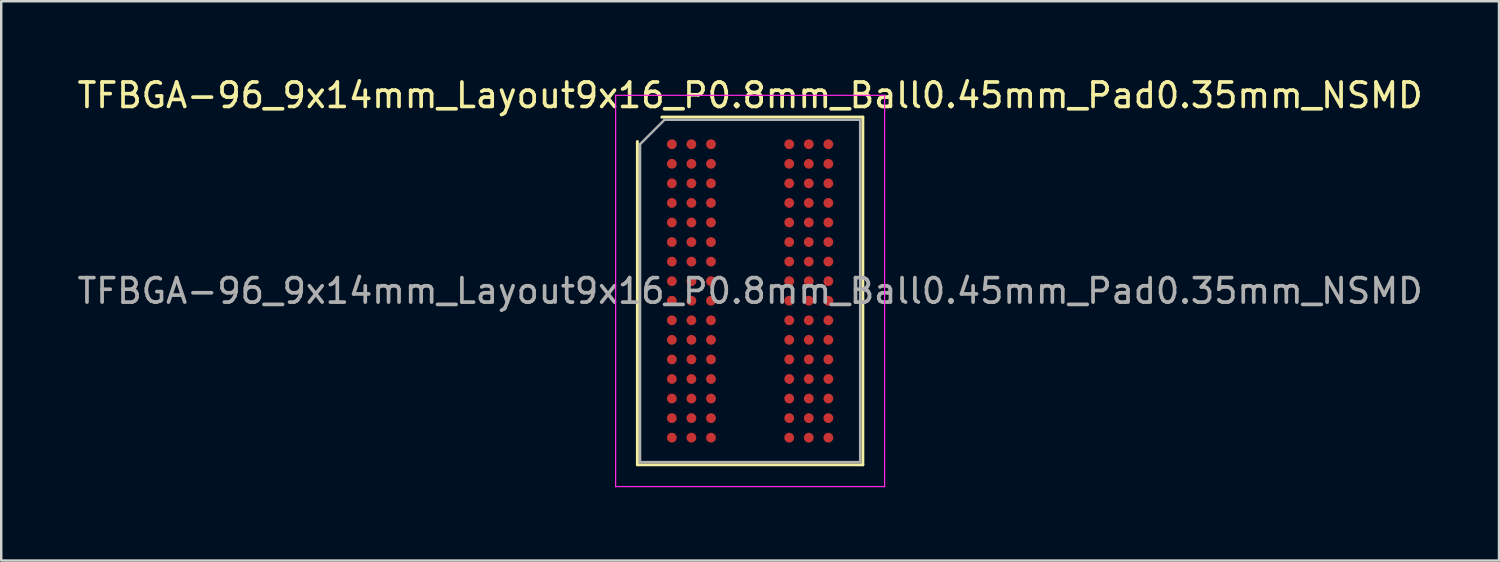
<source format=kicad_pcb>
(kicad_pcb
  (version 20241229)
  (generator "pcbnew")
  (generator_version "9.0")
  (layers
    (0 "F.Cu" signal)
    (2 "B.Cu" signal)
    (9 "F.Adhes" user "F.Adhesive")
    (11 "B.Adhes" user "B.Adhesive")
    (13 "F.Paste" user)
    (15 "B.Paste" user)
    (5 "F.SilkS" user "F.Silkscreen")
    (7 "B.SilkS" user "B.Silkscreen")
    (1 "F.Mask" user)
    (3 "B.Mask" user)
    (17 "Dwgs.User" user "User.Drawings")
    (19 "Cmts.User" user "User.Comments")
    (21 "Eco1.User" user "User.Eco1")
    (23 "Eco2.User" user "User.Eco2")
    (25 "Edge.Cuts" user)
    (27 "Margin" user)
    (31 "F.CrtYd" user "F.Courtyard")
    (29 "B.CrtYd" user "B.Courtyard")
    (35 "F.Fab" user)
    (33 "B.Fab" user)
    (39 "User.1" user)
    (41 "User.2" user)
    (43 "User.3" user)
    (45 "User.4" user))
  (footprint "TFBGA-96_9x14mm_Layout9x16_P0.8mm_Ball0.45mm_Pad0.35mm_NSMD"
    (layer "F.Cu")
    (at 27.625 8.848)
    (property "Reference" "TFBGA-96_9x14mm_Layout9x16_P0.8mm_Ball0.45mm_Pad0.35mm_NSMD" (at 0 -8 0) (layer "F.SilkS") (effects (font (size 1 1) (thickness 0.15))))
    (attr smd)
    (fp_line (start -4.61 7.11) (end -4.61 -6.11) (stroke (width 0.12) (type solid)) (layer "F.SilkS"))
    (fp_line (start -3.61 -7.11) (end 4.61 -7.11) (stroke (width 0.12) (type solid)) (layer "F.SilkS"))
    (fp_line (start 4.61 -7.11) (end 4.61 7.11) (stroke (width 0.12) (type solid)) (layer "F.SilkS"))
    (fp_line (start 4.61 7.11) (end -4.61 7.11) (stroke (width 0.12) (type solid)) (layer "F.SilkS"))
    (fp_line (start -5.5 -8) (end -5.5 8) (stroke (width 0.05) (type solid)) (layer "F.CrtYd"))
    (fp_line (start -5.5 8) (end 5.5 8) (stroke (width 0.05) (type solid)) (layer "F.CrtYd"))
    (fp_line (start 5.5 -8) (end -5.5 -8) (stroke (width 0.05) (type solid)) (layer "F.CrtYd"))
    (fp_line (start 5.5 8) (end 5.5 -8) (stroke (width 0.05) (type solid)) (layer "F.CrtYd"))
    (fp_line (start -4.5 -6) (end -3.5 -7) (stroke (width 0.1) (type solid)) (layer "F.Fab"))
    (fp_line (start -4.5 7) (end -4.5 -6) (stroke (width 0.1) (type solid)) (layer "F.Fab"))
    (fp_line (start -3.5 -7) (end 4.5 -7) (stroke (width 0.1) (type solid)) (layer "F.Fab"))
    (fp_line (start 4.5 -7) (end 4.5 7) (stroke (width 0.1) (type solid)) (layer "F.Fab"))
    (fp_line (start 4.5 7) (end -4.5 7) (stroke (width 0.1) (type solid)) (layer "F.Fab"))
    (fp_text user "${REFERENCE}" (at 0 0 0) (layer "F.Fab") (effects (font (size 1 1) (thickness 0.15))))
    (pad "A1" smd circle (at -3.2 -6) (size 0.4 0.4) (layers "F.Cu" "F.Mask" "F.Paste"))
    (pad "A2" smd circle (at -2.4 -6) (size 0.4 0.4) (layers "F.Cu" "F.Mask" "F.Paste"))
    (pad "A3" smd circle (at -1.6 -6) (size 0.4 0.4) (layers "F.Cu" "F.Mask" "F.Paste"))
    (pad "A7" smd circle (at 1.6 -6) (size 0.4 0.4) (layers "F.Cu" "F.Mask" "F.Paste"))
    (pad "A8" smd circle (at 2.4 -6) (size 0.4 0.4) (layers "F.Cu" "F.Mask" "F.Paste"))
    (pad "A9" smd circle (at 3.2 -6) (size 0.4 0.4) (layers "F.Cu" "F.Mask" "F.Paste"))
    (pad "B1" smd circle (at -3.2 -5.2) (size 0.4 0.4) (layers "F.Cu" "F.Mask" "F.Paste"))
    (pad "B2" smd circle (at -2.4 -5.2) (size 0.4 0.4) (layers "F.Cu" "F.Mask" "F.Paste"))
    (pad "B3" smd circle (at -1.6 -5.2) (size 0.4 0.4) (layers "F.Cu" "F.Mask" "F.Paste"))
    (pad "B7" smd circle (at 1.6 -5.2) (size 0.4 0.4) (layers "F.Cu" "F.Mask" "F.Paste"))
    (pad "B8" smd circle (at 2.4 -5.2) (size 0.4 0.4) (layers "F.Cu" "F.Mask" "F.Paste"))
    (pad "B9" smd circle (at 3.2 -5.2) (size 0.4 0.4) (layers "F.Cu" "F.Mask" "F.Paste"))
    (pad "C1" smd circle (at -3.2 -4.4) (size 0.4 0.4) (layers "F.Cu" "F.Mask" "F.Paste"))
    (pad "C2" smd circle (at -2.4 -4.4) (size 0.4 0.4) (layers "F.Cu" "F.Mask" "F.Paste"))
    (pad "C3" smd circle (at -1.6 -4.4) (size 0.4 0.4) (layers "F.Cu" "F.Mask" "F.Paste"))
    (pad "C7" smd circle (at 1.6 -4.4) (size 0.4 0.4) (layers "F.Cu" "F.Mask" "F.Paste"))
    (pad "C8" smd circle (at 2.4 -4.4) (size 0.4 0.4) (layers "F.Cu" "F.Mask" "F.Paste"))
    (pad "C9" smd circle (at 3.2 -4.4) (size 0.4 0.4) (layers "F.Cu" "F.Mask" "F.Paste"))
    (pad "D1" smd circle (at -3.2 -3.6) (size 0.4 0.4) (layers "F.Cu" "F.Mask" "F.Paste"))
    (pad "D2" smd circle (at -2.4 -3.6) (size 0.4 0.4) (layers "F.Cu" "F.Mask" "F.Paste"))
    (pad "D3" smd circle (at -1.6 -3.6) (size 0.4 0.4) (layers "F.Cu" "F.Mask" "F.Paste"))
    (pad "D7" smd circle (at 1.6 -3.6) (size 0.4 0.4) (layers "F.Cu" "F.Mask" "F.Paste"))
    (pad "D8" smd circle (at 2.4 -3.6) (size 0.4 0.4) (layers "F.Cu" "F.Mask" "F.Paste"))
    (pad "D9" smd circle (at 3.2 -3.6) (size 0.4 0.4) (layers "F.Cu" "F.Mask" "F.Paste"))
    (pad "E1" smd circle (at -3.2 -2.8) (size 0.4 0.4) (layers "F.Cu" "F.Mask" "F.Paste"))
    (pad "E2" smd circle (at -2.4 -2.8) (size 0.4 0.4) (layers "F.Cu" "F.Mask" "F.Paste"))
    (pad "E3" smd circle (at -1.6 -2.8) (size 0.4 0.4) (layers "F.Cu" "F.Mask" "F.Paste"))
    (pad "E7" smd circle (at 1.6 -2.8) (size 0.4 0.4) (layers "F.Cu" "F.Mask" "F.Paste"))
    (pad "E8" smd circle (at 2.4 -2.8) (size 0.4 0.4) (layers "F.Cu" "F.Mask" "F.Paste"))
    (pad "E9" smd circle (at 3.2 -2.8) (size 0.4 0.4) (layers "F.Cu" "F.Mask" "F.Paste"))
    (pad "F1" smd circle (at -3.2 -2) (size 0.4 0.4) (layers "F.Cu" "F.Mask" "F.Paste"))
    (pad "F2" smd circle (at -2.4 -2) (size 0.4 0.4) (layers "F.Cu" "F.Mask" "F.Paste"))
    (pad "F3" smd circle (at -1.6 -2) (size 0.4 0.4) (layers "F.Cu" "F.Mask" "F.Paste"))
    (pad "F7" smd circle (at 1.6 -2) (size 0.4 0.4) (layers "F.Cu" "F.Mask" "F.Paste"))
    (pad "F8" smd circle (at 2.4 -2) (size 0.4 0.4) (layers "F.Cu" "F.Mask" "F.Paste"))
    (pad "F9" smd circle (at 3.2 -2) (size 0.4 0.4) (layers "F.Cu" "F.Mask" "F.Paste"))
    (pad "G1" smd circle (at -3.2 -1.2) (size 0.4 0.4) (layers "F.Cu" "F.Mask" "F.Paste"))
    (pad "G2" smd circle (at -2.4 -1.2) (size 0.4 0.4) (layers "F.Cu" "F.Mask" "F.Paste"))
    (pad "G3" smd circle (at -1.6 -1.2) (size 0.4 0.4) (layers "F.Cu" "F.Mask" "F.Paste"))
    (pad "G7" smd circle (at 1.6 -1.2) (size 0.4 0.4) (layers "F.Cu" "F.Mask" "F.Paste"))
    (pad "G8" smd circle (at 2.4 -1.2) (size 0.4 0.4) (layers "F.Cu" "F.Mask" "F.Paste"))
    (pad "G9" smd circle (at 3.2 -1.2) (size 0.4 0.4) (layers "F.Cu" "F.Mask" "F.Paste"))
    (pad "H1" smd circle (at -3.2 -0.4) (size 0.4 0.4) (layers "F.Cu" "F.Mask" "F.Paste"))
    (pad "H2" smd circle (at -2.4 -0.4) (size 0.4 0.4) (layers "F.Cu" "F.Mask" "F.Paste"))
    (pad "H3" smd circle (at -1.6 -0.4) (size 0.4 0.4) (layers "F.Cu" "F.Mask" "F.Paste"))
    (pad "H7" smd circle (at 1.6 -0.4) (size 0.4 0.4) (layers "F.Cu" "F.Mask" "F.Paste"))
    (pad "H8" smd circle (at 2.4 -0.4) (size 0.4 0.4) (layers "F.Cu" "F.Mask" "F.Paste"))
    (pad "H9" smd circle (at 3.2 -0.4) (size 0.4 0.4) (layers "F.Cu" "F.Mask" "F.Paste"))
    (pad "J1" smd circle (at -3.2 0.4) (size 0.4 0.4) (layers "F.Cu" "F.Mask" "F.Paste"))
    (pad "J2" smd circle (at -2.4 0.4) (size 0.4 0.4) (layers "F.Cu" "F.Mask" "F.Paste"))
    (pad "J3" smd circle (at -1.6 0.4) (size 0.4 0.4) (layers "F.Cu" "F.Mask" "F.Paste"))
    (pad "J7" smd circle (at 1.6 0.4) (size 0.4 0.4) (layers "F.Cu" "F.Mask" "F.Paste"))
    (pad "J8" smd circle (at 2.4 0.4) (size 0.4 0.4) (layers "F.Cu" "F.Mask" "F.Paste"))
    (pad "J9" smd circle (at 3.2 0.4) (size 0.4 0.4) (layers "F.Cu" "F.Mask" "F.Paste"))
    (pad "K1" smd circle (at -3.2 1.2) (size 0.4 0.4) (layers "F.Cu" "F.Mask" "F.Paste"))
    (pad "K2" smd circle (at -2.4 1.2) (size 0.4 0.4) (layers "F.Cu" "F.Mask" "F.Paste"))
    (pad "K3" smd circle (at -1.6 1.2) (size 0.4 0.4) (layers "F.Cu" "F.Mask" "F.Paste"))
    (pad "K7" smd circle (at 1.6 1.2) (size 0.4 0.4) (layers "F.Cu" "F.Mask" "F.Paste"))
    (pad "K8" smd circle (at 2.4 1.2) (size 0.4 0.4) (layers "F.Cu" "F.Mask" "F.Paste"))
    (pad "K9" smd circle (at 3.2 1.2) (size 0.4 0.4) (layers "F.Cu" "F.Mask" "F.Paste"))
    (pad "L1" smd circle (at -3.2 2) (size 0.4 0.4) (layers "F.Cu" "F.Mask" "F.Paste"))
    (pad "L2" smd circle (at -2.4 2) (size 0.4 0.4) (layers "F.Cu" "F.Mask" "F.Paste"))
    (pad "L3" smd circle (at -1.6 2) (size 0.4 0.4) (layers "F.Cu" "F.Mask" "F.Paste"))
    (pad "L7" smd circle (at 1.6 2) (size 0.4 0.4) (layers "F.Cu" "F.Mask" "F.Paste"))
    (pad "L8" smd circle (at 2.4 2) (size 0.4 0.4) (layers "F.Cu" "F.Mask" "F.Paste"))
    (pad "L9" smd circle (at 3.2 2) (size 0.4 0.4) (layers "F.Cu" "F.Mask" "F.Paste"))
    (pad "M1" smd circle (at -3.2 2.8) (size 0.4 0.4) (layers "F.Cu" "F.Mask" "F.Paste"))
    (pad "M2" smd circle (at -2.4 2.8) (size 0.4 0.4) (layers "F.Cu" "F.Mask" "F.Paste"))
    (pad "M3" smd circle (at -1.6 2.8) (size 0.4 0.4) (layers "F.Cu" "F.Mask" "F.Paste"))
    (pad "M7" smd circle (at 1.6 2.8) (size 0.4 0.4) (layers "F.Cu" "F.Mask" "F.Paste"))
    (pad "M8" smd circle (at 2.4 2.8) (size 0.4 0.4) (layers "F.Cu" "F.Mask" "F.Paste"))
    (pad "M9" smd circle (at 3.2 2.8) (size 0.4 0.4) (layers "F.Cu" "F.Mask" "F.Paste"))
    (pad "N1" smd circle (at -3.2 3.6) (size 0.4 0.4) (layers "F.Cu" "F.Mask" "F.Paste"))
    (pad "N2" smd circle (at -2.4 3.6) (size 0.4 0.4) (layers "F.Cu" "F.Mask" "F.Paste"))
    (pad "N3" smd circle (at -1.6 3.6) (size 0.4 0.4) (layers "F.Cu" "F.Mask" "F.Paste"))
    (pad "N7" smd circle (at 1.6 3.6) (size 0.4 0.4) (layers "F.Cu" "F.Mask" "F.Paste"))
    (pad "N8" smd circle (at 2.4 3.6) (size 0.4 0.4) (layers "F.Cu" "F.Mask" "F.Paste"))
    (pad "N9" smd circle (at 3.2 3.6) (size 0.4 0.4) (layers "F.Cu" "F.Mask" "F.Paste"))
    (pad "P1" smd circle (at -3.2 4.4) (size 0.4 0.4) (layers "F.Cu" "F.Mask" "F.Paste"))
    (pad "P2" smd circle (at -2.4 4.4) (size 0.4 0.4) (layers "F.Cu" "F.Mask" "F.Paste"))
    (pad "P3" smd circle (at -1.6 4.4) (size 0.4 0.4) (layers "F.Cu" "F.Mask" "F.Paste"))
    (pad "P7" smd circle (at 1.6 4.4) (size 0.4 0.4) (layers "F.Cu" "F.Mask" "F.Paste"))
    (pad "P8" smd circle (at 2.4 4.4) (size 0.4 0.4) (layers "F.Cu" "F.Mask" "F.Paste"))
    (pad "P9" smd circle (at 3.2 4.4) (size 0.4 0.4) (layers "F.Cu" "F.Mask" "F.Paste"))
    (pad "R1" smd circle (at -3.2 5.2) (size 0.4 0.4) (layers "F.Cu" "F.Mask" "F.Paste"))
    (pad "R2" smd circle (at -2.4 5.2) (size 0.4 0.4) (layers "F.Cu" "F.Mask" "F.Paste"))
    (pad "R3" smd circle (at -1.6 5.2) (size 0.4 0.4) (layers "F.Cu" "F.Mask" "F.Paste"))
    (pad "R7" smd circle (at 1.6 5.2) (size 0.4 0.4) (layers "F.Cu" "F.Mask" "F.Paste"))
    (pad "R8" smd circle (at 2.4 5.2) (size 0.4 0.4) (layers "F.Cu" "F.Mask" "F.Paste"))
    (pad "R9" smd circle (at 3.2 5.2) (size 0.4 0.4) (layers "F.Cu" "F.Mask" "F.Paste"))
    (pad "T1" smd circle (at -3.2 6) (size 0.4 0.4) (layers "F.Cu" "F.Mask" "F.Paste"))
    (pad "T2" smd circle (at -2.4 6) (size 0.4 0.4) (layers "F.Cu" "F.Mask" "F.Paste"))
    (pad "T3" smd circle (at -1.6 6) (size 0.4 0.4) (layers "F.Cu" "F.Mask" "F.Paste"))
    (pad "T7" smd circle (at 1.6 6) (size 0.4 0.4) (layers "F.Cu" "F.Mask" "F.Paste"))
    (pad "T8" smd circle (at 2.4 6) (size 0.4 0.4) (layers "F.Cu" "F.Mask" "F.Paste"))
    (pad "T9" smd circle (at 3.2 6) (size 0.4 0.4) (layers "F.Cu" "F.Mask" "F.Paste")))
  (gr_rect
    (start -3 -3)
    (end 58.25 19.873)
    (stroke (width 0.1) (type default))
    (fill no)
    (layer "Edge.Cuts")))
</source>
